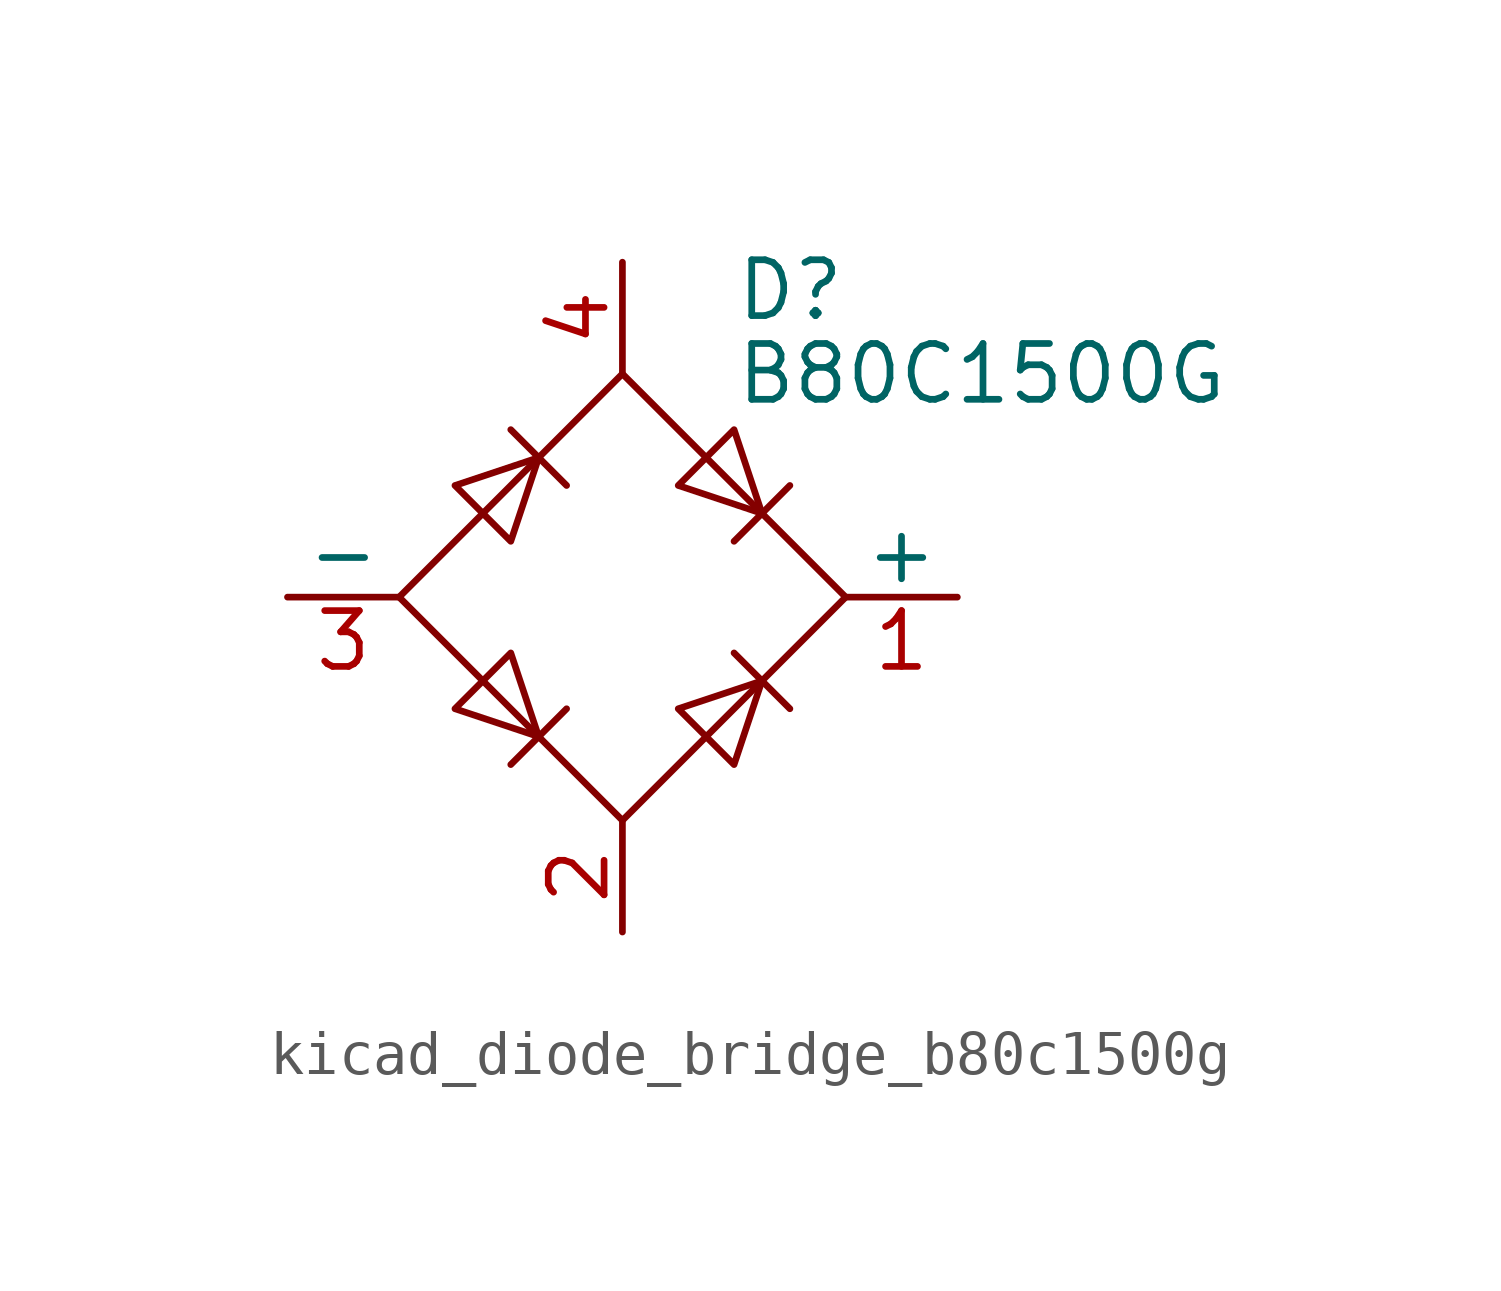
<source format=kicad_sym>
(kicad_symbol_lib
  (version 20220914)
  (generator kicad_symbol_editor)
  (symbol "kicad_diode_bridge_b80c1500g"
    (pin_names
      (offset 0))
    (property "Reference" "D"
      (at 2.54 6.985 0)
      (effects (font (size 1.27 1.27)) (justify left)))
    (property "Value" "B80C1500G"
      (at 2.54 5.08 0)
      (effects (font (size 1.27 1.27)) (justify left)))
    (symbol "kicad_diode_bridge_b80c1500g_0_1"
      (polyline (pts (xy -2.54 3.81) (xy -1.27 2.54)) (stroke (width 0) (type default)) (fill (type none)))
      (polyline (pts (xy -1.27 -2.54) (xy -2.54 -3.81)) (stroke (width 0) (type default)) (fill (type none)))
      (polyline (pts (xy 2.54 -1.27) (xy 3.81 -2.54)) (stroke (width 0) (type default)) (fill (type none)))
      (polyline (pts (xy 2.54 1.27) (xy 3.81 2.54)) (stroke (width 0) (type default)) (fill (type none)))
      (polyline (pts (xy -3.81 2.54) (xy -2.54 1.27) (xy -1.905 3.175) (xy -3.81 2.54)) (stroke (width 0) (type default)) (fill (type none)))
      (polyline (pts (xy -2.54 -1.27) (xy -3.81 -2.54) (xy -1.905 -3.175) (xy -2.54 -1.27)) (stroke (width 0) (type default)) (fill (type none)))
      (polyline (pts (xy 1.27 2.54) (xy 2.54 3.81) (xy 3.175 1.905) (xy 1.27 2.54)) (stroke (width 0) (type default)) (fill (type none)))
      (polyline (pts (xy 3.175 -1.905) (xy 1.27 -2.54) (xy 2.54 -3.81) (xy 3.175 -1.905)) (stroke (width 0) (type default)) (fill (type none)))
      (polyline (pts (xy -5.08 0) (xy 0 -5.08) (xy 5.08 0) (xy 0 5.08) (xy -5.08 0)) (stroke (width 0) (type default)) (fill (type none))))
    (symbol "kicad_diode_bridge_b80c1500g_1_1"
      (pin passive line (at 7.62 0 180) (length 2.54) (name "+" (effects (font (size 1.27 1.27)))) (number "1" (effects (font (size 1.27 1.27)))))
      (pin passive line (at 0 -7.62 90) (length 2.54) (name "~" (effects (font (size 1.27 1.27)))) (number "2" (effects (font (size 1.27 1.27)))))
      (pin passive line (at -7.62 0 0) (length 2.54) (name "-" (effects (font (size 1.27 1.27)))) (number "3" (effects (font (size 1.27 1.27)))))
      (pin passive line (at 0 7.62 270) (length 2.54) (name "~" (effects (font (size 1.27 1.27)))) (number "4" (effects (font (size 1.27 1.27))))))))
</source>
